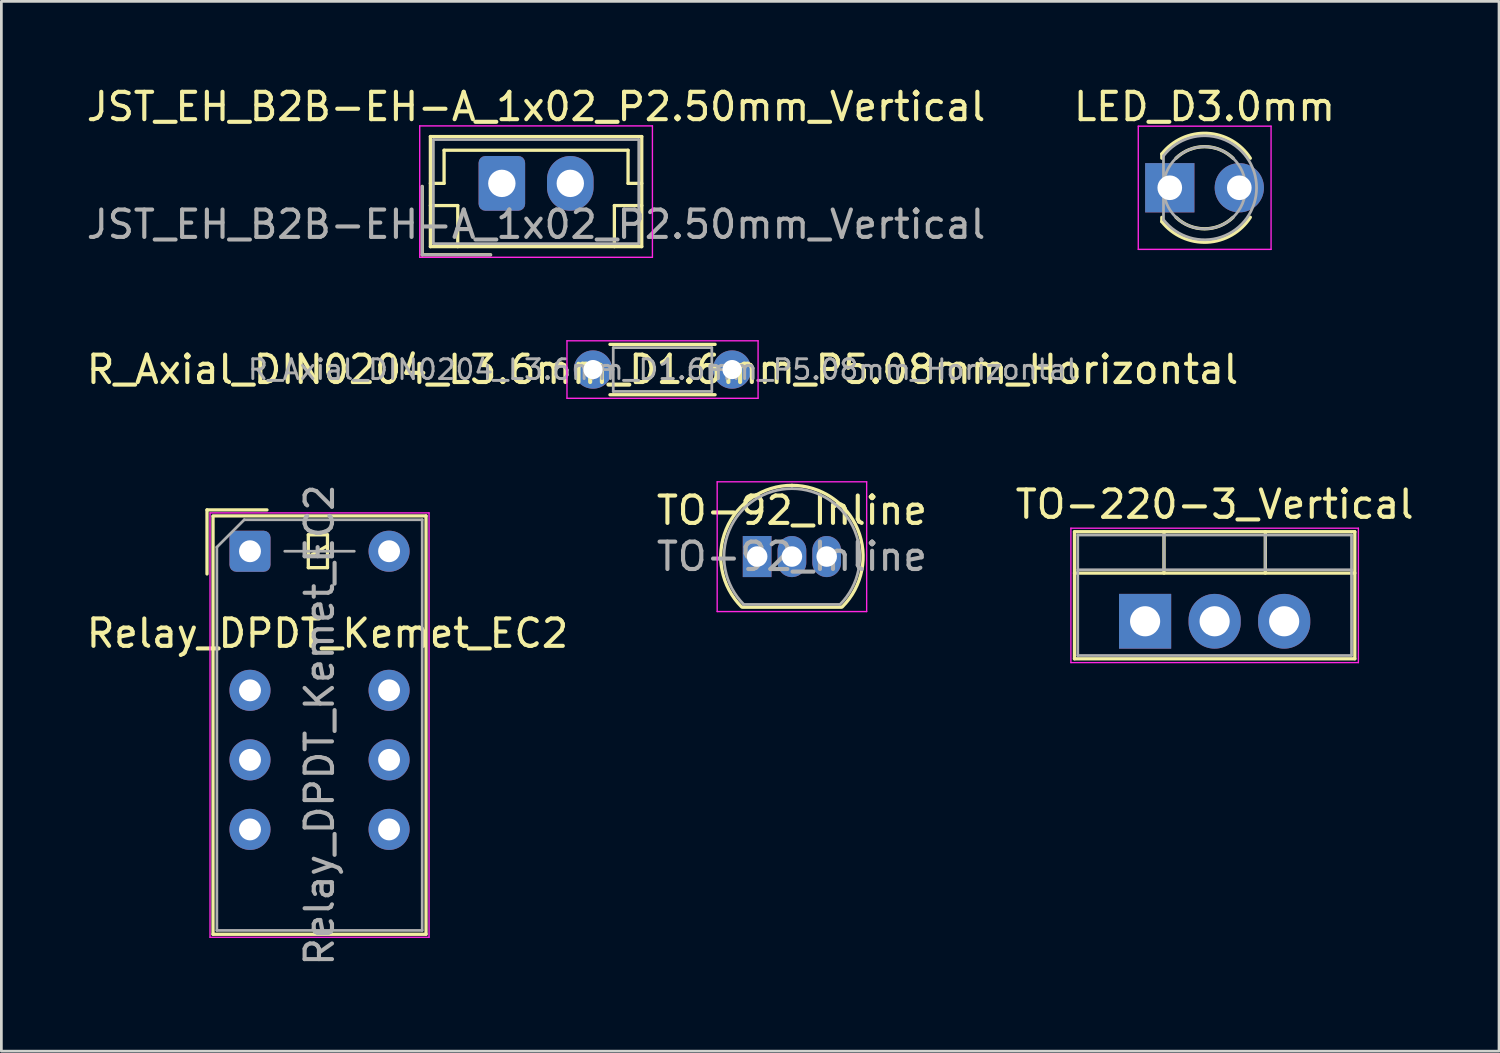
<source format=kicad_pcb>
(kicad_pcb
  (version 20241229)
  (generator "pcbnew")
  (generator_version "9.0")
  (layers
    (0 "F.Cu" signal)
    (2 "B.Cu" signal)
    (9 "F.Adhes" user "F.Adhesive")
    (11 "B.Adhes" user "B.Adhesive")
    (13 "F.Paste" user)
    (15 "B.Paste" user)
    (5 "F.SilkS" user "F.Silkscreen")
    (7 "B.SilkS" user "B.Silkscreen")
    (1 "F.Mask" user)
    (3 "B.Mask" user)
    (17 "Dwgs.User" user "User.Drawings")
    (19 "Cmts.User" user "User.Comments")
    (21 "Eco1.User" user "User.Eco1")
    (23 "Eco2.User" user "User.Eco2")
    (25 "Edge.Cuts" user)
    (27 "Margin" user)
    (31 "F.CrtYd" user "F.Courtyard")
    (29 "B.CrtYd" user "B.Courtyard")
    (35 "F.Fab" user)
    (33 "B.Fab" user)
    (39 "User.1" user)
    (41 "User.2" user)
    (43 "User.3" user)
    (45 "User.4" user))
  (footprint "JST_EH_B2B-EH-A_1x02_P2.50mm_Vertical"
    (layer "F.Cu")
    (at 15.28 3.648)
    (property "Reference" "JST_EH_B2B-EH-A_1x02_P2.50mm_Vertical" (at 1.25 -2.8 0) (layer "F.SilkS") (effects (font (size 1 1) (thickness 0.15))))
    (attr through_hole)
    (fp_line (start -2.91 0.11) (end -2.91 2.61) (stroke (width 0.12) (type solid)) (layer "F.SilkS"))
    (fp_line (start -2.91 2.61) (end -0.41 2.61) (stroke (width 0.12) (type solid)) (layer "F.SilkS"))
    (fp_line (start -2.61 -1.71) (end -2.61 2.31) (stroke (width 0.12) (type solid)) (layer "F.SilkS"))
    (fp_line (start -2.61 0) (end -2.11 0) (stroke (width 0.12) (type solid)) (layer "F.SilkS"))
    (fp_line (start -2.61 0.81) (end -1.61 0.81) (stroke (width 0.12) (type solid)) (layer "F.SilkS"))
    (fp_line (start -2.61 2.31) (end 5.11 2.31) (stroke (width 0.12) (type solid)) (layer "F.SilkS"))
    (fp_line (start -2.11 -1.21) (end 4.61 -1.21) (stroke (width 0.12) (type solid)) (layer "F.SilkS"))
    (fp_line (start -2.11 0) (end -2.11 -1.21) (stroke (width 0.12) (type solid)) (layer "F.SilkS"))
    (fp_line (start -1.61 0.81) (end -1.61 2.31) (stroke (width 0.12) (type solid)) (layer "F.SilkS"))
    (fp_line (start 4.11 0.81) (end 4.11 2.31) (stroke (width 0.12) (type solid)) (layer "F.SilkS"))
    (fp_line (start 4.61 -1.21) (end 4.61 0) (stroke (width 0.12) (type solid)) (layer "F.SilkS"))
    (fp_line (start 4.61 0) (end 5.11 0) (stroke (width 0.12) (type solid)) (layer "F.SilkS"))
    (fp_line (start 5.11 -1.71) (end -2.61 -1.71) (stroke (width 0.12) (type solid)) (layer "F.SilkS"))
    (fp_line (start 5.11 0.81) (end 4.11 0.81) (stroke (width 0.12) (type solid)) (layer "F.SilkS"))
    (fp_line (start 5.11 2.31) (end 5.11 -1.71) (stroke (width 0.12) (type solid)) (layer "F.SilkS"))
    (fp_line (start -3 -2.1) (end -3 2.7) (stroke (width 0.05) (type solid)) (layer "F.CrtYd"))
    (fp_line (start -3 2.7) (end 5.5 2.7) (stroke (width 0.05) (type solid)) (layer "F.CrtYd"))
    (fp_line (start 5.5 -2.1) (end -3 -2.1) (stroke (width 0.05) (type solid)) (layer "F.CrtYd"))
    (fp_line (start 5.5 2.7) (end 5.5 -2.1) (stroke (width 0.05) (type solid)) (layer "F.CrtYd"))
    (fp_line (start -2.91 0.11) (end -2.91 2.61) (stroke (width 0.1) (type solid)) (layer "F.Fab"))
    (fp_line (start -2.91 2.61) (end -0.41 2.61) (stroke (width 0.1) (type solid)) (layer "F.Fab"))
    (fp_line (start -2.5 -1.6) (end -2.5 2.2) (stroke (width 0.1) (type solid)) (layer "F.Fab"))
    (fp_line (start -2.5 2.2) (end 5 2.2) (stroke (width 0.1) (type solid)) (layer "F.Fab"))
    (fp_line (start 5 -1.6) (end -2.5 -1.6) (stroke (width 0.1) (type solid)) (layer "F.Fab"))
    (fp_line (start 5 2.2) (end 5 -1.6) (stroke (width 0.1) (type solid)) (layer "F.Fab"))
    (fp_text user "${REFERENCE}" (at 1.25 1.5 0) (layer "F.Fab") (effects (font (size 1 1) (thickness 0.15))))
    (pad "1" thru_hole roundrect (at 0 0) (size 1.7 2) (drill 1) (layers "*.Cu" "*.Mask") (roundrect_rratio 0.147))
    (pad "2" thru_hole oval (at 2.5 0) (size 1.7 2) (drill 1) (layers "*.Cu" "*.Mask")))
  (footprint "TO-220-3_Vertical"
    (layer "F.Cu")
    (at 38.775 19.642)
    (property "Reference" "TO-220-3_Vertical" (at 2.54 -4.27 180) (layer "F.SilkS") (effects (font (size 1 1) (thickness 0.15))))
    (attr through_hole)
    (fp_line (start -2.58 -3.27) (end -2.58 1.371) (stroke (width 0.12) (type solid)) (layer "F.SilkS"))
    (fp_line (start -2.58 -3.27) (end 7.66 -3.27) (stroke (width 0.12) (type solid)) (layer "F.SilkS"))
    (fp_line (start -2.58 -1.76) (end 7.66 -1.76) (stroke (width 0.12) (type solid)) (layer "F.SilkS"))
    (fp_line (start -2.58 1.371) (end 7.66 1.371) (stroke (width 0.12) (type solid)) (layer "F.SilkS"))
    (fp_line (start 0.69 -3.27) (end 0.69 -1.76) (stroke (width 0.12) (type solid)) (layer "F.SilkS"))
    (fp_line (start 4.391 -3.27) (end 4.391 -1.76) (stroke (width 0.12) (type solid)) (layer "F.SilkS"))
    (fp_line (start 7.66 -3.27) (end 7.66 1.371) (stroke (width 0.12) (type solid)) (layer "F.SilkS"))
    (fp_line (start -2.71 -3.4) (end -2.71 1.51) (stroke (width 0.05) (type solid)) (layer "F.CrtYd"))
    (fp_line (start -2.71 1.51) (end 7.79 1.51) (stroke (width 0.05) (type solid)) (layer "F.CrtYd"))
    (fp_line (start 7.79 -3.4) (end -2.71 -3.4) (stroke (width 0.05) (type solid)) (layer "F.CrtYd"))
    (fp_line (start 7.79 1.51) (end 7.79 -3.4) (stroke (width 0.05) (type solid)) (layer "F.CrtYd"))
    (fp_line (start -2.46 -3.15) (end -2.46 1.25) (stroke (width 0.1) (type solid)) (layer "F.Fab"))
    (fp_line (start -2.46 -1.88) (end 7.54 -1.88) (stroke (width 0.1) (type solid)) (layer "F.Fab"))
    (fp_line (start -2.46 1.25) (end 7.54 1.25) (stroke (width 0.1) (type solid)) (layer "F.Fab"))
    (fp_line (start 0.69 -3.15) (end 0.69 -1.88) (stroke (width 0.1) (type solid)) (layer "F.Fab"))
    (fp_line (start 4.39 -3.15) (end 4.39 -1.88) (stroke (width 0.1) (type solid)) (layer "F.Fab"))
    (fp_line (start 7.54 -3.15) (end -2.46 -3.15) (stroke (width 0.1) (type solid)) (layer "F.Fab"))
    (fp_line (start 7.54 1.25) (end 7.54 -3.15) (stroke (width 0.1) (type solid)) (layer "F.Fab"))
    (pad "1" thru_hole rect (at 0 0) (size 1.905 2) (drill 1.1) (layers "*.Cu" "*.Mask"))
    (pad "2" thru_hole oval (at 2.54 0) (size 1.905 2) (drill 1.1) (layers "*.Cu" "*.Mask"))
    (pad "3" thru_hole oval (at 5.08 0) (size 1.905 2) (drill 1.1) (layers "*.Cu" "*.Mask")))
  (footprint "R_Axial_DIN0204_L3.6mm_D1.6mm_P5.08mm_Horizontal"
    (layer "F.Cu")
    (at 18.609 10.448)
    (property "Reference" "R_Axial_DIN0204_L3.6mm_D1.6mm_P5.08mm_Horizontal" (at 2.54 0 180) (layer "F.SilkS") (effects (font (size 1 1) (thickness 0.15))))
    (attr through_hole)
    (fp_line (start 0.62 -0.92) (end 4.46 -0.92) (stroke (width 0.12) (type solid)) (layer "F.SilkS"))
    (fp_line (start 0.62 0.92) (end 4.46 0.92) (stroke (width 0.12) (type solid)) (layer "F.SilkS"))
    (fp_line (start -0.95 -1.05) (end -0.95 1.05) (stroke (width 0.05) (type solid)) (layer "F.CrtYd"))
    (fp_line (start -0.95 1.05) (end 6.03 1.05) (stroke (width 0.05) (type solid)) (layer "F.CrtYd"))
    (fp_line (start 6.03 -1.05) (end -0.95 -1.05) (stroke (width 0.05) (type solid)) (layer "F.CrtYd"))
    (fp_line (start 6.03 1.05) (end 6.03 -1.05) (stroke (width 0.05) (type solid)) (layer "F.CrtYd"))
    (fp_line (start 0 0) (end 0.74 0) (stroke (width 0.1) (type solid)) (layer "F.Fab"))
    (fp_line (start 0.74 -0.8) (end 0.74 0.8) (stroke (width 0.1) (type solid)) (layer "F.Fab"))
    (fp_line (start 0.74 0.8) (end 4.34 0.8) (stroke (width 0.1) (type solid)) (layer "F.Fab"))
    (fp_line (start 4.34 -0.8) (end 0.74 -0.8) (stroke (width 0.1) (type solid)) (layer "F.Fab"))
    (fp_line (start 4.34 0.8) (end 4.34 -0.8) (stroke (width 0.1) (type solid)) (layer "F.Fab"))
    (fp_line (start 5.08 0) (end 4.34 0) (stroke (width 0.1) (type solid)) (layer "F.Fab"))
    (fp_text user "${REFERENCE}" (at 2.54 0 180) (layer "F.Fab") (effects (font (size 0.72 0.72) (thickness 0.108))))
    (pad "1" thru_hole circle (at 0 0) (size 1.4 1.4) (drill 0.7) (layers "*.Cu" "*.Mask"))
    (pad "2" thru_hole oval (at 5.08 0) (size 1.4 1.4) (drill 0.7) (layers "*.Cu" "*.Mask")))
  (footprint "LED_D3.0mm"
    (layer "F.Cu")
    (at 39.676 3.808)
    (property "Reference" "LED_D3.0mm" (at 1.27 -2.96 0) (layer "F.SilkS") (effects (font (size 1 1) (thickness 0.15))))
    (attr through_hole)
    (fp_line (start -0.29 -1.236) (end -0.29 -1.08) (stroke (width 0.12) (type solid)) (layer "F.SilkS"))
    (fp_line (start -0.29 1.08) (end -0.29 1.236) (stroke (width 0.12) (type solid)) (layer "F.SilkS"))
    (fp_arc (start -0.29 -1.235516) (mid 1.366487 -1.987659) (end 2.942335 -1.078608) (stroke (width 0.12) (type solid)) (layer "F.SilkS"))
    (fp_arc (start 0.229039 -1.08) (mid 1.270117 -1.5) (end 2.31113 -1.079837) (stroke (width 0.12) (type solid)) (layer "F.SilkS"))
    (fp_arc (start 2.31113 1.079837) (mid 1.270117 1.5) (end 0.229039 1.08) (stroke (width 0.12) (type solid)) (layer "F.SilkS"))
    (fp_arc (start 2.942335 1.078608) (mid 1.366487 1.987659) (end -0.29 1.235516) (stroke (width 0.12) (type solid)) (layer "F.SilkS"))
    (fp_line (start -1.15 -2.25) (end -1.15 2.25) (stroke (width 0.05) (type solid)) (layer "F.CrtYd"))
    (fp_line (start -1.15 2.25) (end 3.7 2.25) (stroke (width 0.05) (type solid)) (layer "F.CrtYd"))
    (fp_line (start 3.7 -2.25) (end -1.15 -2.25) (stroke (width 0.05) (type solid)) (layer "F.CrtYd"))
    (fp_line (start 3.7 2.25) (end 3.7 -2.25) (stroke (width 0.05) (type solid)) (layer "F.CrtYd"))
    (fp_line (start -0.23 -1.166) (end -0.23 1.166) (stroke (width 0.1) (type solid)) (layer "F.Fab"))
    (fp_arc (start -0.23 -1.16619) (mid 3.17 0.000452) (end -0.230555 1.165476) (stroke (width 0.1) (type solid)) (layer "F.Fab"))
    (fp_circle (center 1.27 0) (end 2.77 0) (stroke (width 0.1) (type solid)) (fill no) (layer "F.Fab"))
    (pad "1" thru_hole rect (at 0 0) (size 1.8 1.8) (drill 0.9) (layers "*.Cu" "*.Mask"))
    (pad "2" thru_hole circle (at 2.54 0) (size 1.8 1.8) (drill 0.9) (layers "*.Cu" "*.Mask")))
  (footprint "Relay_DPDT_Kemet_EC2"
    (layer "F.Cu")
    (at 6.081 17.084)
    (property "Reference" "Relay_DPDT_Kemet_EC2" (at 2.83 3 180) (layer "F.SilkS") (effects (font (size 1 1) (thickness 0.15))))
    (attr through_hole)
    (fp_line (start -1.57 -1.51) (end 0.62 -1.51) (stroke (width 0.12) (type solid)) (layer "F.SilkS"))
    (fp_line (start -1.57 0.83) (end -1.57 -1.51) (stroke (width 0.12) (type solid)) (layer "F.SilkS"))
    (fp_line (start -1.35 -1.27) (end -1.35 13.99) (stroke (width 0.12) (type solid)) (layer "F.SilkS"))
    (fp_line (start 2.13 -0.6) (end 2.13 0.6) (stroke (width 0.12) (type solid)) (layer "F.SilkS"))
    (fp_line (start 2.13 0.2) (end 2.83 -0.2) (stroke (width 0.12) (type solid)) (layer "F.SilkS"))
    (fp_line (start 2.13 0.6) (end 2.83 0.6) (stroke (width 0.12) (type solid)) (layer "F.SilkS"))
    (fp_line (start 2.83 -0.6) (end 2.13 -0.6) (stroke (width 0.12) (type solid)) (layer "F.SilkS"))
    (fp_line (start 2.83 0.6) (end 2.83 -0.6) (stroke (width 0.12) (type solid)) (layer "F.SilkS"))
    (fp_line (start 6.43 -1.29) (end -1.35 -1.29) (stroke (width 0.12) (type solid)) (layer "F.SilkS"))
    (fp_line (start 6.43 -1.29) (end 6.43 13.99) (stroke (width 0.12) (type solid)) (layer "F.SilkS"))
    (fp_line (start 6.43 13.99) (end -1.35 13.99) (stroke (width 0.12) (type solid)) (layer "F.SilkS"))
    (fp_line (start -1.46 -1.4) (end -1.46 14.1) (stroke (width 0.05) (type solid)) (layer "F.CrtYd"))
    (fp_line (start -1.46 14.1) (end 6.54 14.1) (stroke (width 0.05) (type solid)) (layer "F.CrtYd"))
    (fp_line (start 6.54 -1.4) (end -1.46 -1.4) (stroke (width 0.05) (type solid)) (layer "F.CrtYd"))
    (fp_line (start 6.54 -1.4) (end 6.54 14.1) (stroke (width 0.05) (type solid)) (layer "F.CrtYd"))
    (fp_line (start -1.21 -0.15) (end -1.21 13.85) (stroke (width 0.1) (type solid)) (layer "F.Fab"))
    (fp_line (start -1.21 -0.15) (end -0.21 -1.15) (stroke (width 0.1) (type solid)) (layer "F.Fab"))
    (fp_line (start 1.27 0) (end 3.81 0) (stroke (width 0.1) (type solid)) (layer "F.Fab"))
    (fp_line (start 6.29 -1.15) (end -0.21 -1.15) (stroke (width 0.1) (type solid)) (layer "F.Fab"))
    (fp_line (start 6.29 -1.15) (end 6.29 13.85) (stroke (width 0.1) (type solid)) (layer "F.Fab"))
    (fp_line (start 6.29 13.85) (end -1.21 13.85) (stroke (width 0.1) (type solid)) (layer "F.Fab"))
    (fp_text user "${REFERENCE}" (at 2.54 6.35 270) (layer "F.Fab") (effects (font (size 1 1) (thickness 0.15))))
    (pad "1" thru_hole roundrect (at 0 0) (size 1.5 1.5) (drill 0.8) (layers "*.Cu" "*.Mask") (roundrect_rratio 0.167))
    (pad "3" thru_hole circle (at 0 5.08) (size 1.5 1.5) (drill 0.8) (layers "*.Cu" "*.Mask"))
    (pad "4" thru_hole circle (at 0 7.62) (size 1.5 1.5) (drill 0.8) (layers "*.Cu" "*.Mask"))
    (pad "5" thru_hole circle (at 0 10.16) (size 1.5 1.5) (drill 0.8) (layers "*.Cu" "*.Mask"))
    (pad "8" thru_hole circle (at 5.08 10.16) (size 1.5 1.5) (drill 0.8) (layers "*.Cu" "*.Mask"))
    (pad "9" thru_hole circle (at 5.08 7.62) (size 1.5 1.5) (drill 0.8) (layers "*.Cu" "*.Mask"))
    (pad "10" thru_hole circle (at 5.08 5.08) (size 1.5 1.5) (drill 0.8) (layers "*.Cu" "*.Mask"))
    (pad "12" thru_hole circle (at 5.08 0) (size 1.5 1.5) (drill 0.8) (layers "*.Cu" "*.Mask")))
  (footprint "TO-92_Inline"
    (layer "F.Cu")
    (at 24.605 17.278)
    (property "Reference" "TO-92_Inline" (at 1.27 -1.684 180) (layer "F.SilkS") (effects (font (size 1 1) (thickness 0.15))))
    (attr through_hole)
    (fp_line (start -0.53 1.85) (end 3.07 1.85) (stroke (width 0.12) (type solid)) (layer "F.SilkS"))
    (fp_arc (start -0.568478 1.838478) (mid -1.132087 -0.994977) (end 1.27 -2.6) (stroke (width 0.12) (type solid)) (layer "F.SilkS"))
    (fp_arc (start 1.27 -2.6) (mid 3.672087 -0.994977) (end 3.108478 1.838478) (stroke (width 0.12) (type solid)) (layer "F.SilkS"))
    (fp_line (start -1.46 -2.73) (end -1.46 2.01) (stroke (width 0.05) (type solid)) (layer "F.CrtYd"))
    (fp_line (start -1.46 -2.73) (end 4 -2.73) (stroke (width 0.05) (type solid)) (layer "F.CrtYd"))
    (fp_line (start 4 2.01) (end -1.46 2.01) (stroke (width 0.05) (type solid)) (layer "F.CrtYd"))
    (fp_line (start 4 2.01) (end 4 -2.73) (stroke (width 0.05) (type solid)) (layer "F.CrtYd"))
    (fp_line (start -0.5 1.75) (end 3 1.75) (stroke (width 0.1) (type solid)) (layer "F.Fab"))
    (fp_arc (start -0.483625 1.753625) (mid -1.021221 -0.949055) (end 1.27 -2.48) (stroke (width 0.1) (type solid)) (layer "F.Fab"))
    (fp_arc (start 1.27 -2.48) (mid 3.561221 -0.949055) (end 3.023625 1.753625) (stroke (width 0.1) (type solid)) (layer "F.Fab"))
    (fp_text user "${REFERENCE}" (at 1.27 0 180) (layer "F.Fab") (effects (font (size 1 1) (thickness 0.15))))
    (pad "1" thru_hole rect (at 0 0) (size 1.05 1.5) (drill 0.75) (layers "*.Cu" "*.Mask"))
    (pad "2" thru_hole oval (at 1.27 0) (size 1.05 1.5) (drill 0.75) (layers "*.Cu" "*.Mask"))
    (pad "3" thru_hole oval (at 2.54 0) (size 1.05 1.5) (drill 0.75) (layers "*.Cu" "*.Mask")))
  (gr_rect
    (start -3 -3)
    (end 51.702 35.345)
    (stroke (width 0.1) (type default))
    (fill no)
    (layer "Edge.Cuts")))
</source>
